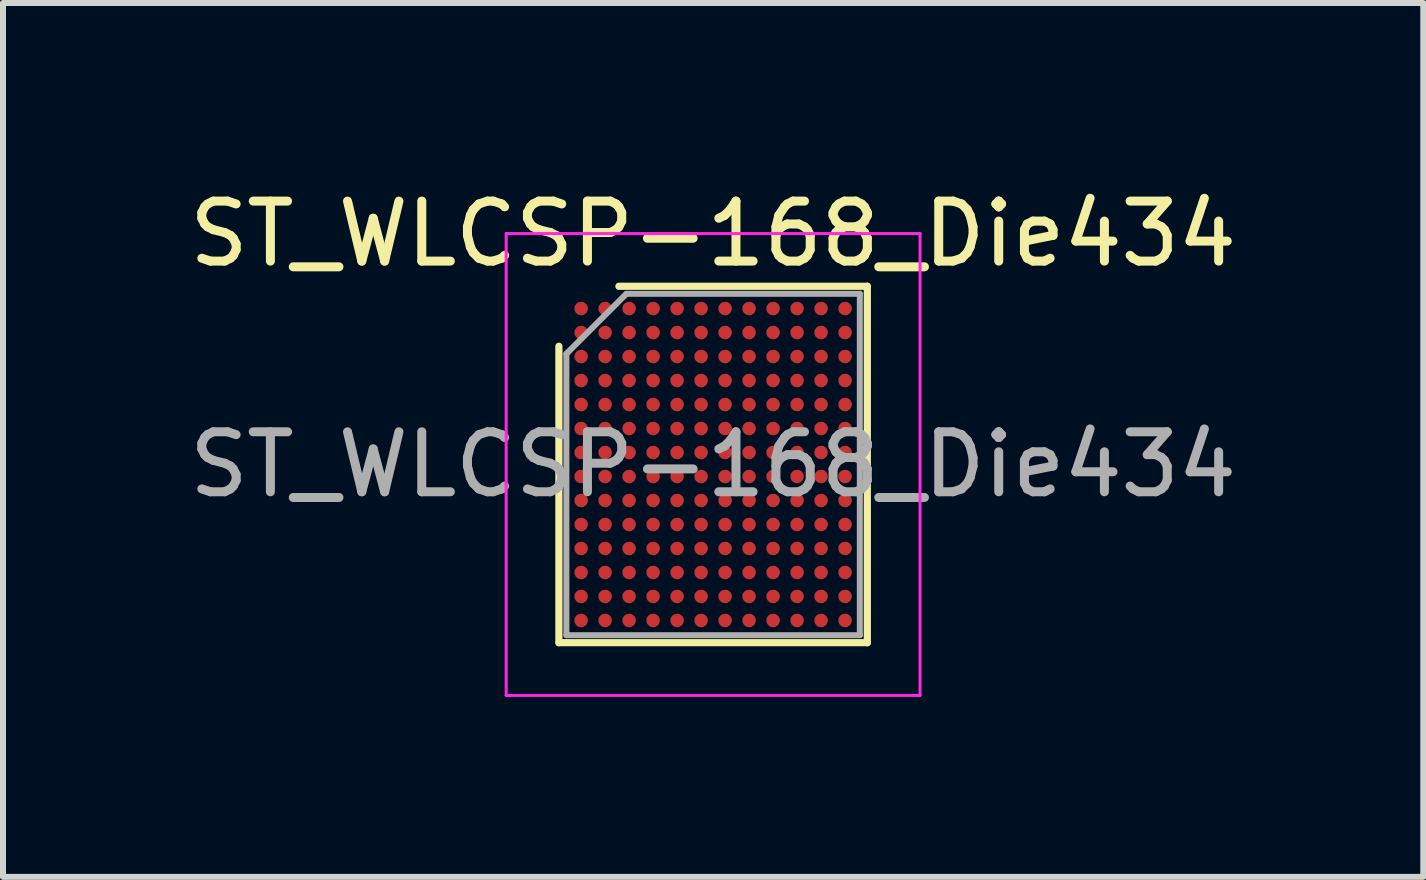
<source format=kicad_pcb>
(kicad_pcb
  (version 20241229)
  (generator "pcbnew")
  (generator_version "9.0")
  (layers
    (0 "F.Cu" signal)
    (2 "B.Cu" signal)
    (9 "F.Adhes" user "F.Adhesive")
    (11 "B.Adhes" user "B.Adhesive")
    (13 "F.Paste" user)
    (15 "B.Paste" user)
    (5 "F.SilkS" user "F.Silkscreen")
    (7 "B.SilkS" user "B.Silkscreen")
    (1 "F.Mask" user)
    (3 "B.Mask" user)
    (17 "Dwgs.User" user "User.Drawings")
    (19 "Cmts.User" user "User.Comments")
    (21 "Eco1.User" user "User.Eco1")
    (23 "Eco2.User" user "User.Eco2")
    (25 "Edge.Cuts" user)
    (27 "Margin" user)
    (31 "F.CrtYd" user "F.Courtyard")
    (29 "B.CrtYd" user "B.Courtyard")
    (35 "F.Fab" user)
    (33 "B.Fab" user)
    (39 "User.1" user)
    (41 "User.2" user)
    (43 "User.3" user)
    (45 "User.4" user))
  (footprint "ST_WLCSP-168_Die434"
    (layer "F.Cu")
    (at 8.839 4.694)
    (property "Reference" "ST_WLCSP-168_Die434" (at 0 -3.846 0) (layer "F.SilkS") (effects (font (size 1 1) (thickness 0.15))))
    (attr smd)
    (fp_line (start -2.571 2.971) (end -2.571 -1.971) (stroke (width 0.12) (type solid)) (layer "F.SilkS"))
    (fp_line (start -1.571 -2.971) (end 2.571 -2.971) (stroke (width 0.12) (type solid)) (layer "F.SilkS"))
    (fp_line (start 2.571 -2.971) (end 2.571 2.971) (stroke (width 0.12) (type solid)) (layer "F.SilkS"))
    (fp_line (start 2.571 2.971) (end -2.571 2.971) (stroke (width 0.12) (type solid)) (layer "F.SilkS"))
    (fp_line (start -3.45 -3.85) (end -3.45 3.85) (stroke (width 0.05) (type solid)) (layer "F.CrtYd"))
    (fp_line (start -3.45 3.85) (end 3.45 3.85) (stroke (width 0.05) (type solid)) (layer "F.CrtYd"))
    (fp_line (start 3.45 -3.85) (end -3.45 -3.85) (stroke (width 0.05) (type solid)) (layer "F.CrtYd"))
    (fp_line (start 3.45 3.85) (end 3.45 -3.85) (stroke (width 0.05) (type solid)) (layer "F.CrtYd"))
    (fp_line (start -2.446 -1.846) (end -1.446 -2.846) (stroke (width 0.1) (type solid)) (layer "F.Fab"))
    (fp_line (start -2.446 2.846) (end -2.446 -1.846) (stroke (width 0.1) (type solid)) (layer "F.Fab"))
    (fp_line (start -1.446 -2.846) (end 2.446 -2.846) (stroke (width 0.1) (type solid)) (layer "F.Fab"))
    (fp_line (start 2.446 -2.846) (end 2.446 2.846) (stroke (width 0.1) (type solid)) (layer "F.Fab"))
    (fp_line (start 2.446 2.846) (end -2.446 2.846) (stroke (width 0.1) (type solid)) (layer "F.Fab"))
    (fp_text user "${REFERENCE}" (at 0 0 0) (layer "F.Fab") (effects (font (size 1 1) (thickness 0.15))))
    (pad "A1" smd circle (at -2.2 -2.6) (size 0.225 0.225) (layers "F.Cu" "F.Mask" "F.Paste"))
    (pad "A2" smd circle (at -1.8 -2.6) (size 0.225 0.225) (layers "F.Cu" "F.Mask" "F.Paste"))
    (pad "A3" smd circle (at -1.4 -2.6) (size 0.225 0.225) (layers "F.Cu" "F.Mask" "F.Paste"))
    (pad "A4" smd circle (at -1 -2.6) (size 0.225 0.225) (layers "F.Cu" "F.Mask" "F.Paste"))
    (pad "A5" smd circle (at -0.6 -2.6) (size 0.225 0.225) (layers "F.Cu" "F.Mask" "F.Paste"))
    (pad "A6" smd circle (at -0.2 -2.6) (size 0.225 0.225) (layers "F.Cu" "F.Mask" "F.Paste"))
    (pad "A7" smd circle (at 0.2 -2.6) (size 0.225 0.225) (layers "F.Cu" "F.Mask" "F.Paste"))
    (pad "A8" smd circle (at 0.6 -2.6) (size 0.225 0.225) (layers "F.Cu" "F.Mask" "F.Paste"))
    (pad "A9" smd circle (at 1 -2.6) (size 0.225 0.225) (layers "F.Cu" "F.Mask" "F.Paste"))
    (pad "A10" smd circle (at 1.4 -2.6) (size 0.225 0.225) (layers "F.Cu" "F.Mask" "F.Paste"))
    (pad "A11" smd circle (at 1.8 -2.6) (size 0.225 0.225) (layers "F.Cu" "F.Mask" "F.Paste"))
    (pad "A12" smd circle (at 2.2 -2.6) (size 0.225 0.225) (layers "F.Cu" "F.Mask" "F.Paste"))
    (pad "B1" smd circle (at -2.2 -2.2) (size 0.225 0.225) (layers "F.Cu" "F.Mask" "F.Paste"))
    (pad "B2" smd circle (at -1.8 -2.2) (size 0.225 0.225) (layers "F.Cu" "F.Mask" "F.Paste"))
    (pad "B3" smd circle (at -1.4 -2.2) (size 0.225 0.225) (layers "F.Cu" "F.Mask" "F.Paste"))
    (pad "B4" smd circle (at -1 -2.2) (size 0.225 0.225) (layers "F.Cu" "F.Mask" "F.Paste"))
    (pad "B5" smd circle (at -0.6 -2.2) (size 0.225 0.225) (layers "F.Cu" "F.Mask" "F.Paste"))
    (pad "B6" smd circle (at -0.2 -2.2) (size 0.225 0.225) (layers "F.Cu" "F.Mask" "F.Paste"))
    (pad "B7" smd circle (at 0.2 -2.2) (size 0.225 0.225) (layers "F.Cu" "F.Mask" "F.Paste"))
    (pad "B8" smd circle (at 0.6 -2.2) (size 0.225 0.225) (layers "F.Cu" "F.Mask" "F.Paste"))
    (pad "B9" smd circle (at 1 -2.2) (size 0.225 0.225) (layers "F.Cu" "F.Mask" "F.Paste"))
    (pad "B10" smd circle (at 1.4 -2.2) (size 0.225 0.225) (layers "F.Cu" "F.Mask" "F.Paste"))
    (pad "B11" smd circle (at 1.8 -2.2) (size 0.225 0.225) (layers "F.Cu" "F.Mask" "F.Paste"))
    (pad "B12" smd circle (at 2.2 -2.2) (size 0.225 0.225) (layers "F.Cu" "F.Mask" "F.Paste"))
    (pad "C1" smd circle (at -2.2 -1.8) (size 0.225 0.225) (layers "F.Cu" "F.Mask" "F.Paste"))
    (pad "C2" smd circle (at -1.8 -1.8) (size 0.225 0.225) (layers "F.Cu" "F.Mask" "F.Paste"))
    (pad "C3" smd circle (at -1.4 -1.8) (size 0.225 0.225) (layers "F.Cu" "F.Mask" "F.Paste"))
    (pad "C4" smd circle (at -1 -1.8) (size 0.225 0.225) (layers "F.Cu" "F.Mask" "F.Paste"))
    (pad "C5" smd circle (at -0.6 -1.8) (size 0.225 0.225) (layers "F.Cu" "F.Mask" "F.Paste"))
    (pad "C6" smd circle (at -0.2 -1.8) (size 0.225 0.225) (layers "F.Cu" "F.Mask" "F.Paste"))
    (pad "C7" smd circle (at 0.2 -1.8) (size 0.225 0.225) (layers "F.Cu" "F.Mask" "F.Paste"))
    (pad "C8" smd circle (at 0.6 -1.8) (size 0.225 0.225) (layers "F.Cu" "F.Mask" "F.Paste"))
    (pad "C9" smd circle (at 1 -1.8) (size 0.225 0.225) (layers "F.Cu" "F.Mask" "F.Paste"))
    (pad "C10" smd circle (at 1.4 -1.8) (size 0.225 0.225) (layers "F.Cu" "F.Mask" "F.Paste"))
    (pad "C11" smd circle (at 1.8 -1.8) (size 0.225 0.225) (layers "F.Cu" "F.Mask" "F.Paste"))
    (pad "C12" smd circle (at 2.2 -1.8) (size 0.225 0.225) (layers "F.Cu" "F.Mask" "F.Paste"))
    (pad "D1" smd circle (at -2.2 -1.4) (size 0.225 0.225) (layers "F.Cu" "F.Mask" "F.Paste"))
    (pad "D2" smd circle (at -1.8 -1.4) (size 0.225 0.225) (layers "F.Cu" "F.Mask" "F.Paste"))
    (pad "D3" smd circle (at -1.4 -1.4) (size 0.225 0.225) (layers "F.Cu" "F.Mask" "F.Paste"))
    (pad "D4" smd circle (at -1 -1.4) (size 0.225 0.225) (layers "F.Cu" "F.Mask" "F.Paste"))
    (pad "D5" smd circle (at -0.6 -1.4) (size 0.225 0.225) (layers "F.Cu" "F.Mask" "F.Paste"))
    (pad "D6" smd circle (at -0.2 -1.4) (size 0.225 0.225) (layers "F.Cu" "F.Mask" "F.Paste"))
    (pad "D7" smd circle (at 0.2 -1.4) (size 0.225 0.225) (layers "F.Cu" "F.Mask" "F.Paste"))
    (pad "D8" smd circle (at 0.6 -1.4) (size 0.225 0.225) (layers "F.Cu" "F.Mask" "F.Paste"))
    (pad "D9" smd circle (at 1 -1.4) (size 0.225 0.225) (layers "F.Cu" "F.Mask" "F.Paste"))
    (pad "D10" smd circle (at 1.4 -1.4) (size 0.225 0.225) (layers "F.Cu" "F.Mask" "F.Paste"))
    (pad "D11" smd circle (at 1.8 -1.4) (size 0.225 0.225) (layers "F.Cu" "F.Mask" "F.Paste"))
    (pad "D12" smd circle (at 2.2 -1.4) (size 0.225 0.225) (layers "F.Cu" "F.Mask" "F.Paste"))
    (pad "E1" smd circle (at -2.2 -1) (size 0.225 0.225) (layers "F.Cu" "F.Mask" "F.Paste"))
    (pad "E2" smd circle (at -1.8 -1) (size 0.225 0.225) (layers "F.Cu" "F.Mask" "F.Paste"))
    (pad "E3" smd circle (at -1.4 -1) (size 0.225 0.225) (layers "F.Cu" "F.Mask" "F.Paste"))
    (pad "E4" smd circle (at -1 -1) (size 0.225 0.225) (layers "F.Cu" "F.Mask" "F.Paste"))
    (pad "E5" smd circle (at -0.6 -1) (size 0.225 0.225) (layers "F.Cu" "F.Mask" "F.Paste"))
    (pad "E6" smd circle (at -0.2 -1) (size 0.225 0.225) (layers "F.Cu" "F.Mask" "F.Paste"))
    (pad "E7" smd circle (at 0.2 -1) (size 0.225 0.225) (layers "F.Cu" "F.Mask" "F.Paste"))
    (pad "E8" smd circle (at 0.6 -1) (size 0.225 0.225) (layers "F.Cu" "F.Mask" "F.Paste"))
    (pad "E9" smd circle (at 1 -1) (size 0.225 0.225) (layers "F.Cu" "F.Mask" "F.Paste"))
    (pad "E10" smd circle (at 1.4 -1) (size 0.225 0.225) (layers "F.Cu" "F.Mask" "F.Paste"))
    (pad "E11" smd circle (at 1.8 -1) (size 0.225 0.225) (layers "F.Cu" "F.Mask" "F.Paste"))
    (pad "E12" smd circle (at 2.2 -1) (size 0.225 0.225) (layers "F.Cu" "F.Mask" "F.Paste"))
    (pad "F1" smd circle (at -2.2 -0.6) (size 0.225 0.225) (layers "F.Cu" "F.Mask" "F.Paste"))
    (pad "F2" smd circle (at -1.8 -0.6) (size 0.225 0.225) (layers "F.Cu" "F.Mask" "F.Paste"))
    (pad "F3" smd circle (at -1.4 -0.6) (size 0.225 0.225) (layers "F.Cu" "F.Mask" "F.Paste"))
    (pad "F4" smd circle (at -1 -0.6) (size 0.225 0.225) (layers "F.Cu" "F.Mask" "F.Paste"))
    (pad "F5" smd circle (at -0.6 -0.6) (size 0.225 0.225) (layers "F.Cu" "F.Mask" "F.Paste"))
    (pad "F6" smd circle (at -0.2 -0.6) (size 0.225 0.225) (layers "F.Cu" "F.Mask" "F.Paste"))
    (pad "F7" smd circle (at 0.2 -0.6) (size 0.225 0.225) (layers "F.Cu" "F.Mask" "F.Paste"))
    (pad "F8" smd circle (at 0.6 -0.6) (size 0.225 0.225) (layers "F.Cu" "F.Mask" "F.Paste"))
    (pad "F9" smd circle (at 1 -0.6) (size 0.225 0.225) (layers "F.Cu" "F.Mask" "F.Paste"))
    (pad "F10" smd circle (at 1.4 -0.6) (size 0.225 0.225) (layers "F.Cu" "F.Mask" "F.Paste"))
    (pad "F11" smd circle (at 1.8 -0.6) (size 0.225 0.225) (layers "F.Cu" "F.Mask" "F.Paste"))
    (pad "F12" smd circle (at 2.2 -0.6) (size 0.225 0.225) (layers "F.Cu" "F.Mask" "F.Paste"))
    (pad "G1" smd circle (at -2.2 -0.2) (size 0.225 0.225) (layers "F.Cu" "F.Mask" "F.Paste"))
    (pad "G2" smd circle (at -1.8 -0.2) (size 0.225 0.225) (layers "F.Cu" "F.Mask" "F.Paste"))
    (pad "G3" smd circle (at -1.4 -0.2) (size 0.225 0.225) (layers "F.Cu" "F.Mask" "F.Paste"))
    (pad "G4" smd circle (at -1 -0.2) (size 0.225 0.225) (layers "F.Cu" "F.Mask" "F.Paste"))
    (pad "G5" smd circle (at -0.6 -0.2) (size 0.225 0.225) (layers "F.Cu" "F.Mask" "F.Paste"))
    (pad "G6" smd circle (at -0.2 -0.2) (size 0.225 0.225) (layers "F.Cu" "F.Mask" "F.Paste"))
    (pad "G7" smd circle (at 0.2 -0.2) (size 0.225 0.225) (layers "F.Cu" "F.Mask" "F.Paste"))
    (pad "G8" smd circle (at 0.6 -0.2) (size 0.225 0.225) (layers "F.Cu" "F.Mask" "F.Paste"))
    (pad "G9" smd circle (at 1 -0.2) (size 0.225 0.225) (layers "F.Cu" "F.Mask" "F.Paste"))
    (pad "G10" smd circle (at 1.4 -0.2) (size 0.225 0.225) (layers "F.Cu" "F.Mask" "F.Paste"))
    (pad "G11" smd circle (at 1.8 -0.2) (size 0.225 0.225) (layers "F.Cu" "F.Mask" "F.Paste"))
    (pad "G12" smd circle (at 2.2 -0.2) (size 0.225 0.225) (layers "F.Cu" "F.Mask" "F.Paste"))
    (pad "H1" smd circle (at -2.2 0.2) (size 0.225 0.225) (layers "F.Cu" "F.Mask" "F.Paste"))
    (pad "H2" smd circle (at -1.8 0.2) (size 0.225 0.225) (layers "F.Cu" "F.Mask" "F.Paste"))
    (pad "H3" smd circle (at -1.4 0.2) (size 0.225 0.225) (layers "F.Cu" "F.Mask" "F.Paste"))
    (pad "H4" smd circle (at -1 0.2) (size 0.225 0.225) (layers "F.Cu" "F.Mask" "F.Paste"))
    (pad "H5" smd circle (at -0.6 0.2) (size 0.225 0.225) (layers "F.Cu" "F.Mask" "F.Paste"))
    (pad "H6" smd circle (at -0.2 0.2) (size 0.225 0.225) (layers "F.Cu" "F.Mask" "F.Paste"))
    (pad "H7" smd circle (at 0.2 0.2) (size 0.225 0.225) (layers "F.Cu" "F.Mask" "F.Paste"))
    (pad "H8" smd circle (at 0.6 0.2) (size 0.225 0.225) (layers "F.Cu" "F.Mask" "F.Paste"))
    (pad "H9" smd circle (at 1 0.2) (size 0.225 0.225) (layers "F.Cu" "F.Mask" "F.Paste"))
    (pad "H10" smd circle (at 1.4 0.2) (size 0.225 0.225) (layers "F.Cu" "F.Mask" "F.Paste"))
    (pad "H11" smd circle (at 1.8 0.2) (size 0.225 0.225) (layers "F.Cu" "F.Mask" "F.Paste"))
    (pad "H12" smd circle (at 2.2 0.2) (size 0.225 0.225) (layers "F.Cu" "F.Mask" "F.Paste"))
    (pad "J1" smd circle (at -2.2 0.6) (size 0.225 0.225) (layers "F.Cu" "F.Mask" "F.Paste"))
    (pad "J2" smd circle (at -1.8 0.6) (size 0.225 0.225) (layers "F.Cu" "F.Mask" "F.Paste"))
    (pad "J3" smd circle (at -1.4 0.6) (size 0.225 0.225) (layers "F.Cu" "F.Mask" "F.Paste"))
    (pad "J4" smd circle (at -1 0.6) (size 0.225 0.225) (layers "F.Cu" "F.Mask" "F.Paste"))
    (pad "J5" smd circle (at -0.6 0.6) (size 0.225 0.225) (layers "F.Cu" "F.Mask" "F.Paste"))
    (pad "J6" smd circle (at -0.2 0.6) (size 0.225 0.225) (layers "F.Cu" "F.Mask" "F.Paste"))
    (pad "J7" smd circle (at 0.2 0.6) (size 0.225 0.225) (layers "F.Cu" "F.Mask" "F.Paste"))
    (pad "J8" smd circle (at 0.6 0.6) (size 0.225 0.225) (layers "F.Cu" "F.Mask" "F.Paste"))
    (pad "J9" smd circle (at 1 0.6) (size 0.225 0.225) (layers "F.Cu" "F.Mask" "F.Paste"))
    (pad "J10" smd circle (at 1.4 0.6) (size 0.225 0.225) (layers "F.Cu" "F.Mask" "F.Paste"))
    (pad "J11" smd circle (at 1.8 0.6) (size 0.225 0.225) (layers "F.Cu" "F.Mask" "F.Paste"))
    (pad "J12" smd circle (at 2.2 0.6) (size 0.225 0.225) (layers "F.Cu" "F.Mask" "F.Paste"))
    (pad "K1" smd circle (at -2.2 1) (size 0.225 0.225) (layers "F.Cu" "F.Mask" "F.Paste"))
    (pad "K2" smd circle (at -1.8 1) (size 0.225 0.225) (layers "F.Cu" "F.Mask" "F.Paste"))
    (pad "K3" smd circle (at -1.4 1) (size 0.225 0.225) (layers "F.Cu" "F.Mask" "F.Paste"))
    (pad "K4" smd circle (at -1 1) (size 0.225 0.225) (layers "F.Cu" "F.Mask" "F.Paste"))
    (pad "K5" smd circle (at -0.6 1) (size 0.225 0.225) (layers "F.Cu" "F.Mask" "F.Paste"))
    (pad "K6" smd circle (at -0.2 1) (size 0.225 0.225) (layers "F.Cu" "F.Mask" "F.Paste"))
    (pad "K7" smd circle (at 0.2 1) (size 0.225 0.225) (layers "F.Cu" "F.Mask" "F.Paste"))
    (pad "K8" smd circle (at 0.6 1) (size 0.225 0.225) (layers "F.Cu" "F.Mask" "F.Paste"))
    (pad "K9" smd circle (at 1 1) (size 0.225 0.225) (layers "F.Cu" "F.Mask" "F.Paste"))
    (pad "K10" smd circle (at 1.4 1) (size 0.225 0.225) (layers "F.Cu" "F.Mask" "F.Paste"))
    (pad "K11" smd circle (at 1.8 1) (size 0.225 0.225) (layers "F.Cu" "F.Mask" "F.Paste"))
    (pad "K12" smd circle (at 2.2 1) (size 0.225 0.225) (layers "F.Cu" "F.Mask" "F.Paste"))
    (pad "L1" smd circle (at -2.2 1.4) (size 0.225 0.225) (layers "F.Cu" "F.Mask" "F.Paste"))
    (pad "L2" smd circle (at -1.8 1.4) (size 0.225 0.225) (layers "F.Cu" "F.Mask" "F.Paste"))
    (pad "L3" smd circle (at -1.4 1.4) (size 0.225 0.225) (layers "F.Cu" "F.Mask" "F.Paste"))
    (pad "L4" smd circle (at -1 1.4) (size 0.225 0.225) (layers "F.Cu" "F.Mask" "F.Paste"))
    (pad "L5" smd circle (at -0.6 1.4) (size 0.225 0.225) (layers "F.Cu" "F.Mask" "F.Paste"))
    (pad "L6" smd circle (at -0.2 1.4) (size 0.225 0.225) (layers "F.Cu" "F.Mask" "F.Paste"))
    (pad "L7" smd circle (at 0.2 1.4) (size 0.225 0.225) (layers "F.Cu" "F.Mask" "F.Paste"))
    (pad "L8" smd circle (at 0.6 1.4) (size 0.225 0.225) (layers "F.Cu" "F.Mask" "F.Paste"))
    (pad "L9" smd circle (at 1 1.4) (size 0.225 0.225) (layers "F.Cu" "F.Mask" "F.Paste"))
    (pad "L10" smd circle (at 1.4 1.4) (size 0.225 0.225) (layers "F.Cu" "F.Mask" "F.Paste"))
    (pad "L11" smd circle (at 1.8 1.4) (size 0.225 0.225) (layers "F.Cu" "F.Mask" "F.Paste"))
    (pad "L12" smd circle (at 2.2 1.4) (size 0.225 0.225) (layers "F.Cu" "F.Mask" "F.Paste"))
    (pad "M1" smd circle (at -2.2 1.8) (size 0.225 0.225) (layers "F.Cu" "F.Mask" "F.Paste"))
    (pad "M2" smd circle (at -1.8 1.8) (size 0.225 0.225) (layers "F.Cu" "F.Mask" "F.Paste"))
    (pad "M3" smd circle (at -1.4 1.8) (size 0.225 0.225) (layers "F.Cu" "F.Mask" "F.Paste"))
    (pad "M4" smd circle (at -1 1.8) (size 0.225 0.225) (layers "F.Cu" "F.Mask" "F.Paste"))
    (pad "M5" smd circle (at -0.6 1.8) (size 0.225 0.225) (layers "F.Cu" "F.Mask" "F.Paste"))
    (pad "M6" smd circle (at -0.2 1.8) (size 0.225 0.225) (layers "F.Cu" "F.Mask" "F.Paste"))
    (pad "M7" smd circle (at 0.2 1.8) (size 0.225 0.225) (layers "F.Cu" "F.Mask" "F.Paste"))
    (pad "M8" smd circle (at 0.6 1.8) (size 0.225 0.225) (layers "F.Cu" "F.Mask" "F.Paste"))
    (pad "M9" smd circle (at 1 1.8) (size 0.225 0.225) (layers "F.Cu" "F.Mask" "F.Paste"))
    (pad "M10" smd circle (at 1.4 1.8) (size 0.225 0.225) (layers "F.Cu" "F.Mask" "F.Paste"))
    (pad "M11" smd circle (at 1.8 1.8) (size 0.225 0.225) (layers "F.Cu" "F.Mask" "F.Paste"))
    (pad "M12" smd circle (at 2.2 1.8) (size 0.225 0.225) (layers "F.Cu" "F.Mask" "F.Paste"))
    (pad "N1" smd circle (at -2.2 2.2) (size 0.225 0.225) (layers "F.Cu" "F.Mask" "F.Paste"))
    (pad "N2" smd circle (at -1.8 2.2) (size 0.225 0.225) (layers "F.Cu" "F.Mask" "F.Paste"))
    (pad "N3" smd circle (at -1.4 2.2) (size 0.225 0.225) (layers "F.Cu" "F.Mask" "F.Paste"))
    (pad "N4" smd circle (at -1 2.2) (size 0.225 0.225) (layers "F.Cu" "F.Mask" "F.Paste"))
    (pad "N5" smd circle (at -0.6 2.2) (size 0.225 0.225) (layers "F.Cu" "F.Mask" "F.Paste"))
    (pad "N6" smd circle (at -0.2 2.2) (size 0.225 0.225) (layers "F.Cu" "F.Mask" "F.Paste"))
    (pad "N7" smd circle (at 0.2 2.2) (size 0.225 0.225) (layers "F.Cu" "F.Mask" "F.Paste"))
    (pad "N8" smd circle (at 0.6 2.2) (size 0.225 0.225) (layers "F.Cu" "F.Mask" "F.Paste"))
    (pad "N9" smd circle (at 1 2.2) (size 0.225 0.225) (layers "F.Cu" "F.Mask" "F.Paste"))
    (pad "N10" smd circle (at 1.4 2.2) (size 0.225 0.225) (layers "F.Cu" "F.Mask" "F.Paste"))
    (pad "N11" smd circle (at 1.8 2.2) (size 0.225 0.225) (layers "F.Cu" "F.Mask" "F.Paste"))
    (pad "N12" smd circle (at 2.2 2.2) (size 0.225 0.225) (layers "F.Cu" "F.Mask" "F.Paste"))
    (pad "P1" smd circle (at -2.2 2.6) (size 0.225 0.225) (layers "F.Cu" "F.Mask" "F.Paste"))
    (pad "P2" smd circle (at -1.8 2.6) (size 0.225 0.225) (layers "F.Cu" "F.Mask" "F.Paste"))
    (pad "P3" smd circle (at -1.4 2.6) (size 0.225 0.225) (layers "F.Cu" "F.Mask" "F.Paste"))
    (pad "P4" smd circle (at -1 2.6) (size 0.225 0.225) (layers "F.Cu" "F.Mask" "F.Paste"))
    (pad "P5" smd circle (at -0.6 2.6) (size 0.225 0.225) (layers "F.Cu" "F.Mask" "F.Paste"))
    (pad "P6" smd circle (at -0.2 2.6) (size 0.225 0.225) (layers "F.Cu" "F.Mask" "F.Paste"))
    (pad "P7" smd circle (at 0.2 2.6) (size 0.225 0.225) (layers "F.Cu" "F.Mask" "F.Paste"))
    (pad "P8" smd circle (at 0.6 2.6) (size 0.225 0.225) (layers "F.Cu" "F.Mask" "F.Paste"))
    (pad "P9" smd circle (at 1 2.6) (size 0.225 0.225) (layers "F.Cu" "F.Mask" "F.Paste"))
    (pad "P10" smd circle (at 1.4 2.6) (size 0.225 0.225) (layers "F.Cu" "F.Mask" "F.Paste"))
    (pad "P11" smd circle (at 1.8 2.6) (size 0.225 0.225) (layers "F.Cu" "F.Mask" "F.Paste"))
    (pad "P12" smd circle (at 2.2 2.6) (size 0.225 0.225) (layers "F.Cu" "F.Mask" "F.Paste")))
  (gr_rect
    (start -3 -3)
    (end 20.679 11.569)
    (stroke (width 0.1) (type default))
    (fill no)
    (layer "Edge.Cuts")))
</source>
